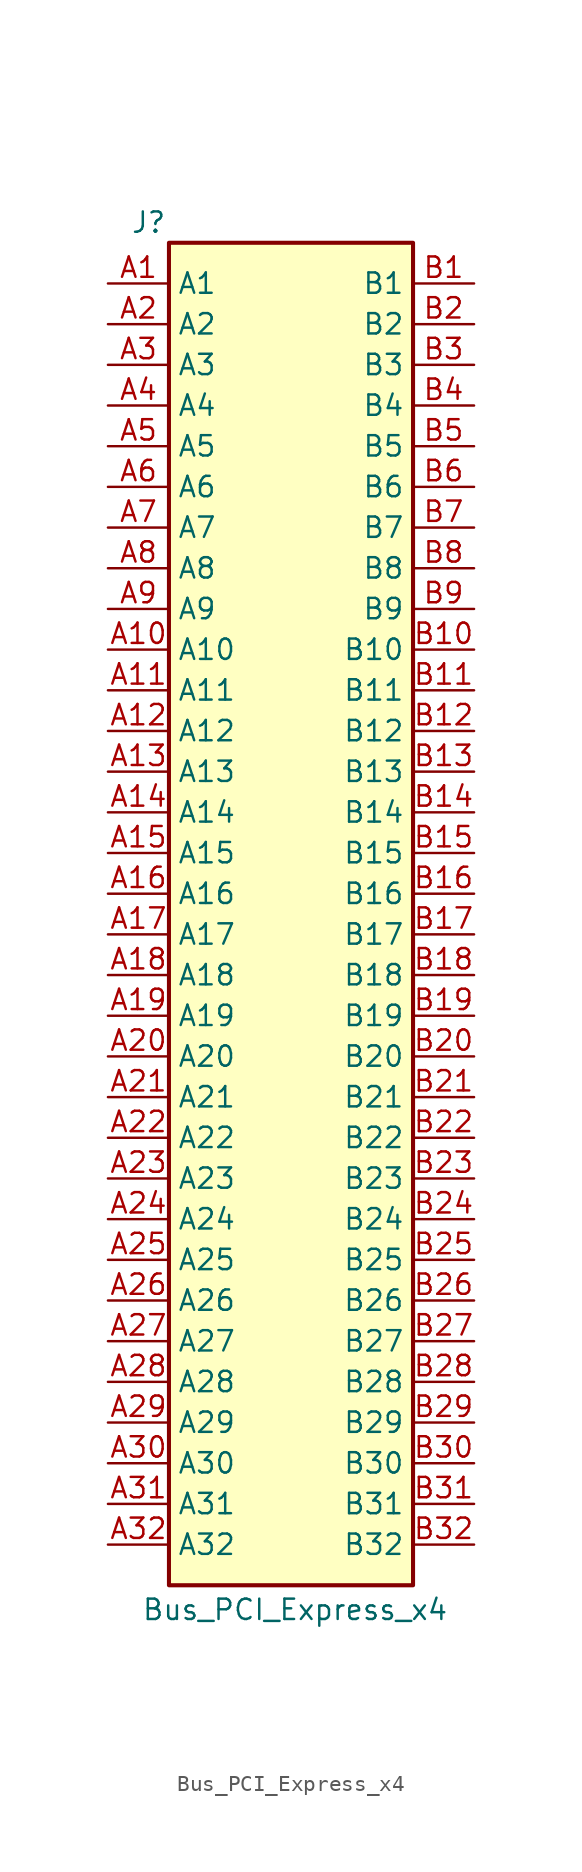
<source format=kicad_sym>
(kicad_symbol_lib
  (version 20241209)
  (generator "kicad_symbol_editor")
  (generator_version "9.0")
  (symbol "Bus_PCI_Express_x4"
    (property "Reference" "J"
      (at -8.89 40.64 0)
      (effects (font (size 1.27 1.27))))
    (property "Value" "Bus_PCI_Express_x4"
      (at 0.254 -45.974 0)
      (effects (font (size 1.27 1.27))))
    (symbol "Bus_PCI_Express_x4_0_1"
      (rectangle (start -7.62 39.37) (end 7.62 -44.45) (stroke (width 0.254) (type default)) (fill (type background))))
    (symbol "Bus_PCI_Express_x4_1_1"
      (pin passive line (at -11.43 36.83 0) (length 3.81) (name "A1" (effects (font (size 1.27 1.27)))) (number "A1" (effects (font (size 1.27 1.27)))))
      (pin passive line (at -11.43 34.29 0) (length 3.81) (name "A2" (effects (font (size 1.27 1.27)))) (number "A2" (effects (font (size 1.27 1.27)))))
      (pin passive line (at -11.43 31.75 0) (length 3.81) (name "A3" (effects (font (size 1.27 1.27)))) (number "A3" (effects (font (size 1.27 1.27)))))
      (pin passive line (at -11.43 29.21 0) (length 3.81) (name "A4" (effects (font (size 1.27 1.27)))) (number "A4" (effects (font (size 1.27 1.27)))))
      (pin input line (at -11.43 26.67 0) (length 3.81) (name "A5" (effects (font (size 1.27 1.27)))) (number "A5" (effects (font (size 1.27 1.27)))))
      (pin input line (at -11.43 24.13 0) (length 3.81) (name "A6" (effects (font (size 1.27 1.27)))) (number "A6" (effects (font (size 1.27 1.27)))))
      (pin output line (at -11.43 21.59 0) (length 3.81) (name "A7" (effects (font (size 1.27 1.27)))) (number "A7" (effects (font (size 1.27 1.27)))))
      (pin input line (at -11.43 19.05 0) (length 3.81) (name "A8" (effects (font (size 1.27 1.27)))) (number "A8" (effects (font (size 1.27 1.27)))))
      (pin passive line (at -11.43 16.51 0) (length 3.81) (name "A9" (effects (font (size 1.27 1.27)))) (number "A9" (effects (font (size 1.27 1.27)))))
      (pin passive line (at -11.43 13.97 0) (length 3.81) (name "A10" (effects (font (size 1.27 1.27)))) (number "A10" (effects (font (size 1.27 1.27)))))
      (pin input line (at -11.43 11.43 0) (length 3.81) (name "A11" (effects (font (size 1.27 1.27)))) (number "A11" (effects (font (size 1.27 1.27)))))
      (pin passive line (at -11.43 8.89 0) (length 3.81) (name "A12" (effects (font (size 1.27 1.27)))) (number "A12" (effects (font (size 1.27 1.27)))))
      (pin input line (at -11.43 6.35 0) (length 3.81) (name "A13" (effects (font (size 1.27 1.27)))) (number "A13" (effects (font (size 1.27 1.27)))))
      (pin input line (at -11.43 3.81 0) (length 3.81) (name "A14" (effects (font (size 1.27 1.27)))) (number "A14" (effects (font (size 1.27 1.27)))))
      (pin passive line (at -11.43 1.27 0) (length 3.81) (name "A15" (effects (font (size 1.27 1.27)))) (number "A15" (effects (font (size 1.27 1.27)))))
      (pin output line (at -11.43 -1.27 0) (length 3.81) (name "A16" (effects (font (size 1.27 1.27)))) (number "A16" (effects (font (size 1.27 1.27)))))
      (pin output line (at -11.43 -3.81 0) (length 3.81) (name "A17" (effects (font (size 1.27 1.27)))) (number "A17" (effects (font (size 1.27 1.27)))))
      (pin passive line (at -11.43 -6.35 0) (length 3.81) (name "A18" (effects (font (size 1.27 1.27)))) (number "A18" (effects (font (size 1.27 1.27)))))
      (pin passive line (at -11.43 -8.89 0) (length 3.81) (name "A19" (effects (font (size 1.27 1.27)))) (number "A19" (effects (font (size 1.27 1.27)))))
      (pin passive line (at -11.43 -11.43 0) (length 3.81) (name "A20" (effects (font (size 1.27 1.27)))) (number "A20" (effects (font (size 1.27 1.27)))))
      (pin output line (at -11.43 -13.97 0) (length 3.81) (name "A21" (effects (font (size 1.27 1.27)))) (number "A21" (effects (font (size 1.27 1.27)))))
      (pin output line (at -11.43 -16.51 0) (length 3.81) (name "A22" (effects (font (size 1.27 1.27)))) (number "A22" (effects (font (size 1.27 1.27)))))
      (pin passive line (at -11.43 -19.05 0) (length 3.81) (name "A23" (effects (font (size 1.27 1.27)))) (number "A23" (effects (font (size 1.27 1.27)))))
      (pin passive line (at -11.43 -21.59 0) (length 3.81) (name "A24" (effects (font (size 1.27 1.27)))) (number "A24" (effects (font (size 1.27 1.27)))))
      (pin output line (at -11.43 -24.13 0) (length 3.81) (name "A25" (effects (font (size 1.27 1.27)))) (number "A25" (effects (font (size 1.27 1.27)))))
      (pin output line (at -11.43 -26.67 0) (length 3.81) (name "A26" (effects (font (size 1.27 1.27)))) (number "A26" (effects (font (size 1.27 1.27)))))
      (pin passive line (at -11.43 -29.21 0) (length 3.81) (name "A27" (effects (font (size 1.27 1.27)))) (number "A27" (effects (font (size 1.27 1.27)))))
      (pin passive line (at -11.43 -31.75 0) (length 3.81) (name "A28" (effects (font (size 1.27 1.27)))) (number "A28" (effects (font (size 1.27 1.27)))))
      (pin output line (at -11.43 -34.29 0) (length 3.81) (name "A29" (effects (font (size 1.27 1.27)))) (number "A29" (effects (font (size 1.27 1.27)))))
      (pin output line (at -11.43 -36.83 0) (length 3.81) (name "A30" (effects (font (size 1.27 1.27)))) (number "A30" (effects (font (size 1.27 1.27)))))
      (pin passive line (at -11.43 -39.37 0) (length 3.81) (name "A31" (effects (font (size 1.27 1.27)))) (number "A31" (effects (font (size 1.27 1.27)))))
      (pin passive line (at -11.43 -41.91 0) (length 3.81) (name "A32" (effects (font (size 1.27 1.27)))) (number "A32" (effects (font (size 1.27 1.27)))))
      (pin power_in line (at 11.43 36.83 180) (length 3.81) (name "B1" (effects (font (size 1.27 1.27)))) (number "B1" (effects (font (size 1.27 1.27)))))
      (pin passive line (at 11.43 34.29 180) (length 3.81) (name "B2" (effects (font (size 1.27 1.27)))) (number "B2" (effects (font (size 1.27 1.27)))))
      (pin passive line (at 11.43 31.75 180) (length 3.81) (name "B3" (effects (font (size 1.27 1.27)))) (number "B3" (effects (font (size 1.27 1.27)))))
      (pin power_in line (at 11.43 29.21 180) (length 3.81) (name "B4" (effects (font (size 1.27 1.27)))) (number "B4" (effects (font (size 1.27 1.27)))))
      (pin input line (at 11.43 26.67 180) (length 3.81) (name "B5" (effects (font (size 1.27 1.27)))) (number "B5" (effects (font (size 1.27 1.27)))))
      (pin bidirectional line (at 11.43 24.13 180) (length 3.81) (name "B6" (effects (font (size 1.27 1.27)))) (number "B6" (effects (font (size 1.27 1.27)))))
      (pin passive line (at 11.43 21.59 180) (length 3.81) (name "B7" (effects (font (size 1.27 1.27)))) (number "B7" (effects (font (size 1.27 1.27)))))
      (pin power_in line (at 11.43 19.05 180) (length 3.81) (name "B8" (effects (font (size 1.27 1.27)))) (number "B8" (effects (font (size 1.27 1.27)))))
      (pin input line (at 11.43 16.51 180) (length 3.81) (name "B9" (effects (font (size 1.27 1.27)))) (number "B9" (effects (font (size 1.27 1.27)))))
      (pin power_in line (at 11.43 13.97 180) (length 3.81) (name "B10" (effects (font (size 1.27 1.27)))) (number "B10" (effects (font (size 1.27 1.27)))))
      (pin open_collector line (at 11.43 11.43 180) (length 3.81) (name "B11" (effects (font (size 1.27 1.27)))) (number "B11" (effects (font (size 1.27 1.27)))))
      (pin passive line (at 11.43 8.89 180) (length 3.81) (name "B12" (effects (font (size 1.27 1.27)))) (number "B12" (effects (font (size 1.27 1.27)))))
      (pin passive line (at 11.43 6.35 180) (length 3.81) (name "B13" (effects (font (size 1.27 1.27)))) (number "B13" (effects (font (size 1.27 1.27)))))
      (pin input line (at 11.43 3.81 180) (length 3.81) (name "B14" (effects (font (size 1.27 1.27)))) (number "B14" (effects (font (size 1.27 1.27)))))
      (pin input line (at 11.43 1.27 180) (length 3.81) (name "B15" (effects (font (size 1.27 1.27)))) (number "B15" (effects (font (size 1.27 1.27)))))
      (pin passive line (at 11.43 -1.27 180) (length 3.81) (name "B16" (effects (font (size 1.27 1.27)))) (number "B16" (effects (font (size 1.27 1.27)))))
      (pin passive line (at 11.43 -3.81 180) (length 3.81) (name "B17" (effects (font (size 1.27 1.27)))) (number "B17" (effects (font (size 1.27 1.27)))))
      (pin passive line (at 11.43 -6.35 180) (length 3.81) (name "B18" (effects (font (size 1.27 1.27)))) (number "B18" (effects (font (size 1.27 1.27)))))
      (pin input line (at 11.43 -8.89 180) (length 3.81) (name "B19" (effects (font (size 1.27 1.27)))) (number "B19" (effects (font (size 1.27 1.27)))))
      (pin input line (at 11.43 -11.43 180) (length 3.81) (name "B20" (effects (font (size 1.27 1.27)))) (number "B20" (effects (font (size 1.27 1.27)))))
      (pin passive line (at 11.43 -13.97 180) (length 3.81) (name "B21" (effects (font (size 1.27 1.27)))) (number "B21" (effects (font (size 1.27 1.27)))))
      (pin passive line (at 11.43 -16.51 180) (length 3.81) (name "B22" (effects (font (size 1.27 1.27)))) (number "B22" (effects (font (size 1.27 1.27)))))
      (pin input line (at 11.43 -19.05 180) (length 3.81) (name "B23" (effects (font (size 1.27 1.27)))) (number "B23" (effects (font (size 1.27 1.27)))))
      (pin input line (at 11.43 -21.59 180) (length 3.81) (name "B24" (effects (font (size 1.27 1.27)))) (number "B24" (effects (font (size 1.27 1.27)))))
      (pin passive line (at 11.43 -24.13 180) (length 3.81) (name "B25" (effects (font (size 1.27 1.27)))) (number "B25" (effects (font (size 1.27 1.27)))))
      (pin passive line (at 11.43 -26.67 180) (length 3.81) (name "B26" (effects (font (size 1.27 1.27)))) (number "B26" (effects (font (size 1.27 1.27)))))
      (pin input line (at 11.43 -29.21 180) (length 3.81) (name "B27" (effects (font (size 1.27 1.27)))) (number "B27" (effects (font (size 1.27 1.27)))))
      (pin input line (at 11.43 -31.75 180) (length 3.81) (name "B28" (effects (font (size 1.27 1.27)))) (number "B28" (effects (font (size 1.27 1.27)))))
      (pin passive line (at 11.43 -34.29 180) (length 3.81) (name "B29" (effects (font (size 1.27 1.27)))) (number "B29" (effects (font (size 1.27 1.27)))))
      (pin passive line (at 11.43 -36.83 180) (length 3.81) (name "B30" (effects (font (size 1.27 1.27)))) (number "B30" (effects (font (size 1.27 1.27)))))
      (pin passive line (at 11.43 -39.37 180) (length 3.81) (name "B31" (effects (font (size 1.27 1.27)))) (number "B31" (effects (font (size 1.27 1.27)))))
      (pin passive line (at 11.43 -41.91 180) (length 3.81) (name "B32" (effects (font (size 1.27 1.27)))) (number "B32" (effects (font (size 1.27 1.27))))))))
</source>
